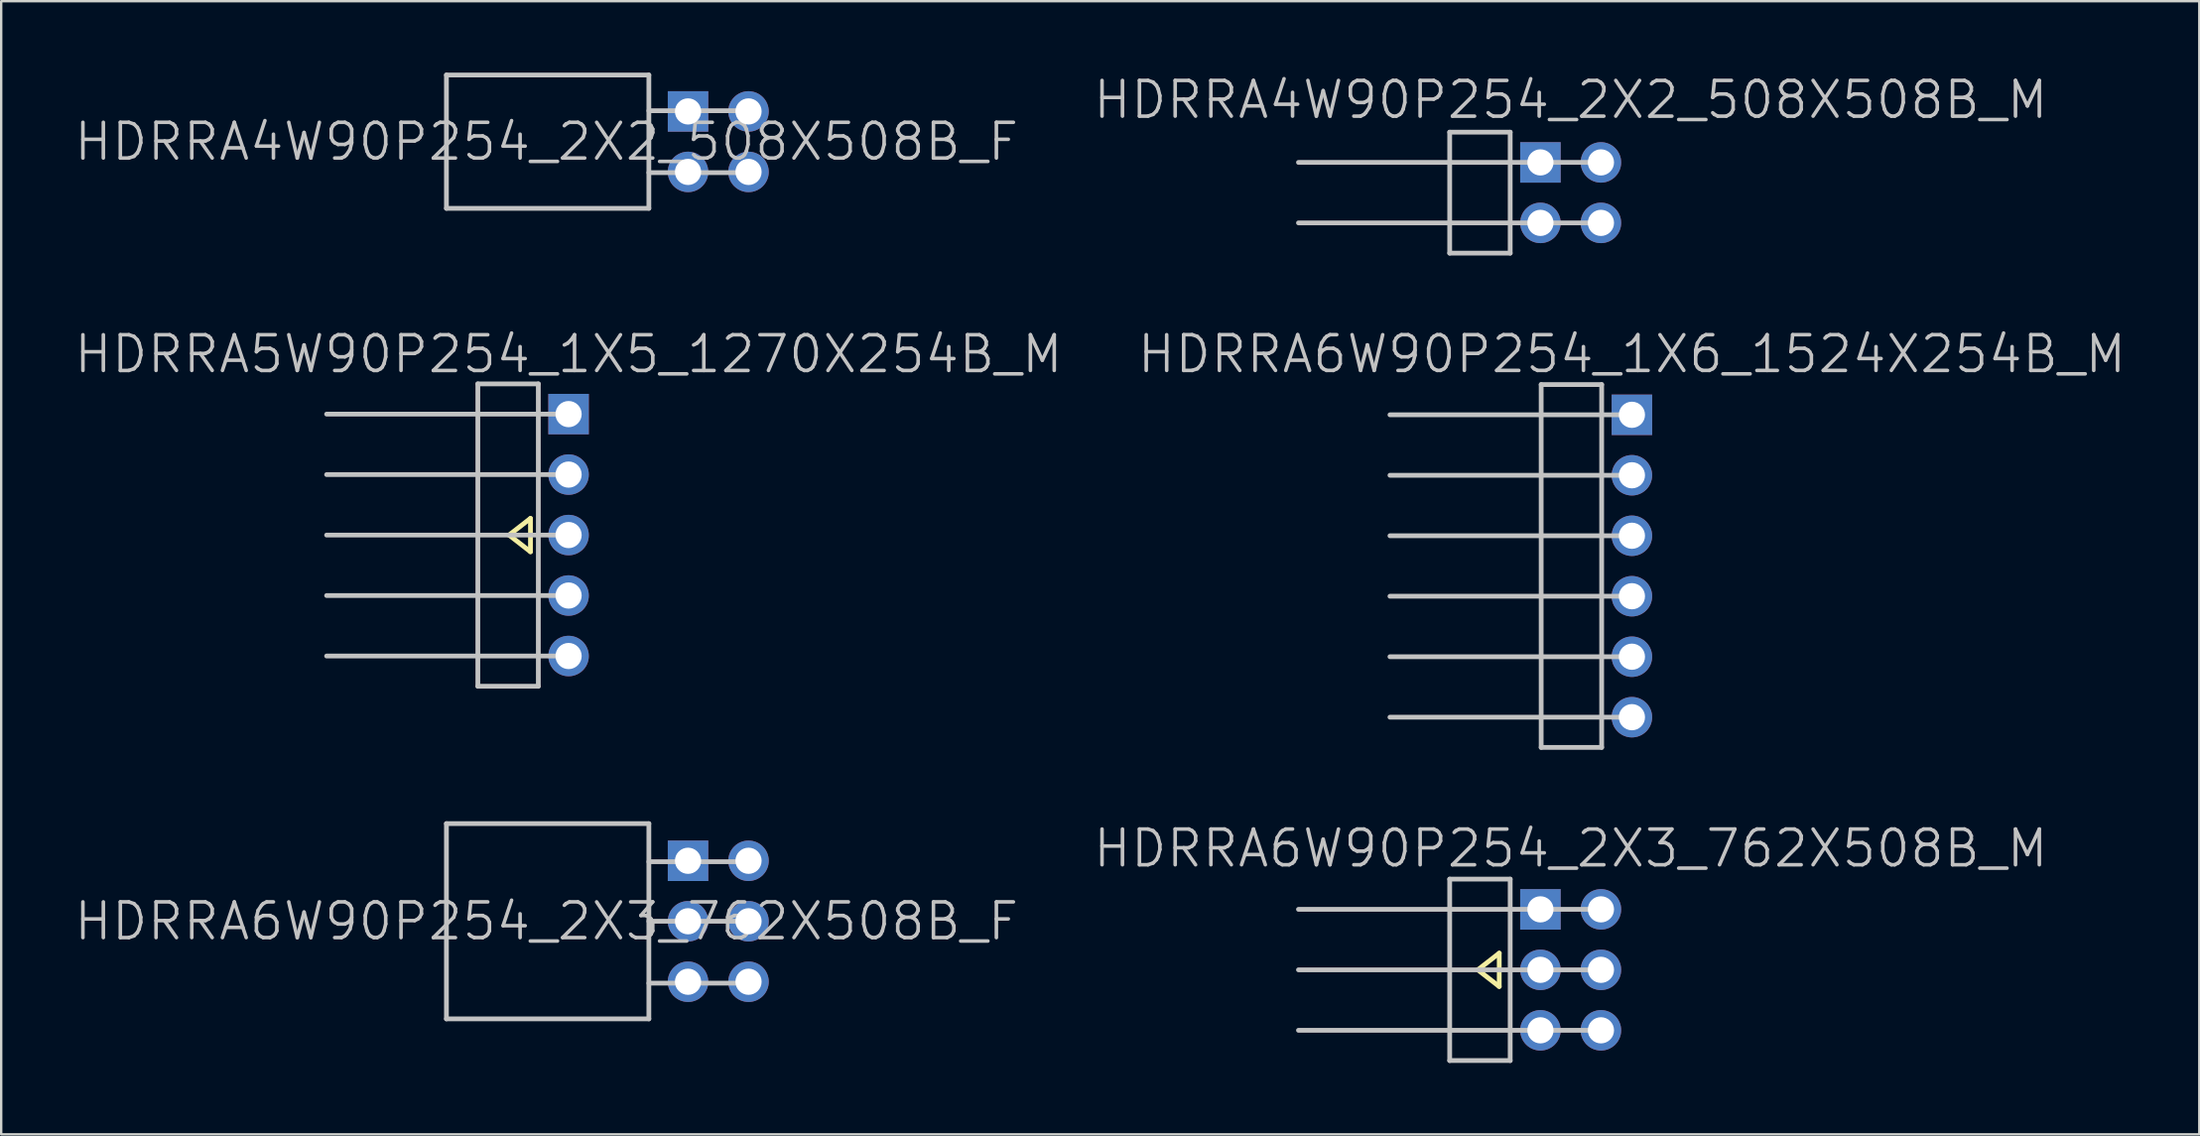
<source format=kicad_pcb>
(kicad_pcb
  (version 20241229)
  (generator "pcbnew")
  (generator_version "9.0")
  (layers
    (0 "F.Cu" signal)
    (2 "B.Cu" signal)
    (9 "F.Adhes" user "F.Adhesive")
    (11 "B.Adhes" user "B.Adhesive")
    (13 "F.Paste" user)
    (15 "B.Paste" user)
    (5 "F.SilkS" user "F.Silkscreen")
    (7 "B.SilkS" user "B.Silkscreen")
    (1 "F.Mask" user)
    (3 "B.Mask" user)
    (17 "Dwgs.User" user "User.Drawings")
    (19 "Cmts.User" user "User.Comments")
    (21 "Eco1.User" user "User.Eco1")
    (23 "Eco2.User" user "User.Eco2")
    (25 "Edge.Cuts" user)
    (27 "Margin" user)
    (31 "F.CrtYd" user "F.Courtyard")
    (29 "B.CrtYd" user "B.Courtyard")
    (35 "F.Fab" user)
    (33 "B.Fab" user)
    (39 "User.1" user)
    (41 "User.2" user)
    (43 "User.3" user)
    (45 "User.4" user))
  (footprint "HDRRA4W90P254_2X2_508X508B_M"
    (layer "F.Cu")
    (at 62.904 5.041)
    (property "Reference" "HDRRA4W90P254_2X2_508X508B_M" (at 0 -3.9 180) (layer "Dwgs.User") (effects (font (size 1.5 1.5) (thickness 0.15))))
    (attr through_hole)
    (fp_line (start -5.08 -2.54) (end -2.54 -2.54) (stroke (width 0.2) (type solid)) (layer "Dwgs.User"))
    (fp_line (start -5.08 2.54) (end -5.08 -2.54) (stroke (width 0.2) (type solid)) (layer "Dwgs.User"))
    (fp_line (start -2.54 -2.54) (end -2.54 2.54) (stroke (width 0.2) (type solid)) (layer "Dwgs.User"))
    (fp_line (start -2.54 2.54) (end -5.08 2.54) (stroke (width 0.2) (type solid)) (layer "Dwgs.User"))
    (fp_line (start 1.27 -1.27) (end -11.43 -1.27) (stroke (width 0.2) (type solid)) (layer "Dwgs.User"))
    (fp_line (start 1.27 1.27) (end -11.43 1.27) (stroke (width 0.2) (type solid)) (layer "Dwgs.User"))
    (pad "1" thru_hole rect (at -1.27 -1.27) (size 1.7 1.7) (drill 1.1) (layers "*.Cu" "*.Mask"))
    (pad "2" thru_hole circle (at 1.27 -1.27 270) (size 1.7 1.7) (drill 1.1) (layers "*.Cu" "*.Mask"))
    (pad "3" thru_hole circle (at -1.27 1.27 270) (size 1.7 1.7) (drill 1.1) (layers "*.Cu" "*.Mask"))
    (pad "4" thru_hole circle (at 1.27 1.27 270) (size 1.7 1.7) (drill 1.1) (layers "*.Cu" "*.Mask")))
  (footprint "HDRRA6W90P254_2X3_762X508B_M"
    (layer "F.Cu")
    (at 62.904 37.682)
    (property "Reference" "HDRRA6W90P254_2X3_762X508B_M" (at 0 -5.1 180) (layer "Dwgs.User") (effects (font (size 1.5 1.5) (thickness 0.15))))
    (attr through_hole)
    (fp_line (start -3.9 0) (end -3 0.7) (stroke (width 0.2) (type solid)) (layer "F.SilkS"))
    (fp_line (start -3 -0.7) (end -3.9 0) (stroke (width 0.2) (type solid)) (layer "F.SilkS"))
    (fp_line (start -3 0) (end -3 -0.7) (stroke (width 0.2) (type solid)) (layer "F.SilkS"))
    (fp_line (start -3 0.7) (end -3 0) (stroke (width 0.2) (type solid)) (layer "F.SilkS"))
    (fp_line (start -11.43 2.54) (end 1.27 2.54) (stroke (width 0.2) (type solid)) (layer "Dwgs.User"))
    (fp_line (start -5.08 -3.81) (end -2.54 -3.81) (stroke (width 0.2) (type solid)) (layer "Dwgs.User"))
    (fp_line (start -5.08 3.81) (end -5.08 -3.81) (stroke (width 0.2) (type solid)) (layer "Dwgs.User"))
    (fp_line (start -2.54 -3.81) (end -2.54 3.81) (stroke (width 0.2) (type solid)) (layer "Dwgs.User"))
    (fp_line (start -2.54 3.81) (end -5.08 3.81) (stroke (width 0.2) (type solid)) (layer "Dwgs.User"))
    (fp_line (start 1.27 -2.54) (end -11.43 -2.54) (stroke (width 0.2) (type solid)) (layer "Dwgs.User"))
    (fp_line (start 1.27 0) (end -11.43 0) (stroke (width 0.2) (type solid)) (layer "Dwgs.User"))
    (pad "1" thru_hole rect (at -1.27 -2.54) (size 1.7 1.7) (drill 1.1) (layers "*.Cu" "*.Mask"))
    (pad "2" thru_hole circle (at 1.27 -2.54 270) (size 1.7 1.7) (drill 1.1) (layers "*.Cu" "*.Mask"))
    (pad "3" thru_hole circle (at -1.27 0 270) (size 1.7 1.7) (drill 1.1) (layers "*.Cu" "*.Mask"))
    (pad "4" thru_hole circle (at 1.27 0 270) (size 1.7 1.7) (drill 1.1) (layers "*.Cu" "*.Mask"))
    (pad "5" thru_hole circle (at -1.27 2.54 270) (size 1.7 1.7) (drill 1.1) (layers "*.Cu" "*.Mask"))
    (pad "6" thru_hole circle (at 1.27 2.54 270) (size 1.7 1.7) (drill 1.1) (layers "*.Cu" "*.Mask")))
  (footprint "HDRRA5W90P254_1X5_1270X254B_M"
    (layer "F.Cu")
    (at 20.825 19.422)
    (property "Reference" "HDRRA5W90P254_1X5_1270X254B_M" (at 0 -7.6 180) (layer "Dwgs.User") (effects (font (size 1.5 1.5) (thickness 0.15))))
    (attr through_hole)
    (fp_line (start -2.5 0) (end -1.6 0.7) (stroke (width 0.2) (type solid)) (layer "F.SilkS"))
    (fp_line (start -1.6 -0.7) (end -2.5 0) (stroke (width 0.2) (type solid)) (layer "F.SilkS"))
    (fp_line (start -1.6 0) (end -1.6 -0.7) (stroke (width 0.2) (type solid)) (layer "F.SilkS"))
    (fp_line (start -1.6 0.7) (end -1.6 0) (stroke (width 0.2) (type solid)) (layer "F.SilkS"))
    (fp_line (start -10.16 0) (end 0 0) (stroke (width 0.2) (type solid)) (layer "Dwgs.User"))
    (fp_line (start -3.81 -6.35) (end -1.27 -6.35) (stroke (width 0.2) (type solid)) (layer "Dwgs.User"))
    (fp_line (start -3.81 6.35) (end -3.81 -6.35) (stroke (width 0.2) (type solid)) (layer "Dwgs.User"))
    (fp_line (start -1.27 -6.35) (end -1.27 6.35) (stroke (width 0.2) (type solid)) (layer "Dwgs.User"))
    (fp_line (start -1.27 6.35) (end -3.81 6.35) (stroke (width 0.2) (type solid)) (layer "Dwgs.User"))
    (fp_line (start 0 -5.08) (end -10.16 -5.08) (stroke (width 0.2) (type solid)) (layer "Dwgs.User"))
    (fp_line (start 0 -2.54) (end -10.16 -2.54) (stroke (width 0.2) (type solid)) (layer "Dwgs.User"))
    (fp_line (start 0 2.54) (end -10.16 2.54) (stroke (width 0.2) (type solid)) (layer "Dwgs.User"))
    (fp_line (start 0 5.08) (end -10.16 5.08) (stroke (width 0.2) (type solid)) (layer "Dwgs.User"))
    (pad "1" thru_hole rect (at 0 -5.08) (size 1.7 1.7) (drill 1.1) (layers "*.Cu" "*.Mask"))
    (pad "2" thru_hole circle (at 0 -2.54 270) (size 1.7 1.7) (drill 1.1) (layers "*.Cu" "*.Mask"))
    (pad "3" thru_hole circle (at 0 0 270) (size 1.7 1.7) (drill 1.1) (layers "*.Cu" "*.Mask"))
    (pad "4" thru_hole circle (at 0 2.54 270) (size 1.7 1.7) (drill 1.1) (layers "*.Cu" "*.Mask"))
    (pad "5" thru_hole circle (at 0 5.08 270) (size 1.7 1.7) (drill 1.1) (layers "*.Cu" "*.Mask")))
  (footprint "HDRRA4W90P254_2X2_508X508B_F"
    (layer "F.Cu")
    (at 22.196 2.9)
    (property "Reference" "HDRRA4W90P254_2X2_508X508B_F" (at -2.3 0 180) (layer "Dwgs.User") (effects (font (size 1.5 1.5) (thickness 0.15))))
    (attr through_hole)
    (fp_line (start -6.5 -2.8) (end -6.5 2.8) (stroke (width 0.2) (type solid)) (layer "Dwgs.User"))
    (fp_line (start 2 -2.8) (end -6.5 -2.8) (stroke (width 0.2) (type solid)) (layer "Dwgs.User"))
    (fp_line (start 2 -2.8) (end 2 2.8) (stroke (width 0.2) (type solid)) (layer "Dwgs.User"))
    (fp_line (start 2 2.8) (end -6.5 2.8) (stroke (width 0.2) (type solid)) (layer "Dwgs.User"))
    (fp_line (start 6.2 -1.3) (end 2 -1.3) (stroke (width 0.2) (type solid)) (layer "Dwgs.User"))
    (fp_line (start 6.2 1.3) (end 2 1.3) (stroke (width 0.2) (type solid)) (layer "Dwgs.User"))
    (pad "1" thru_hole rect (at 3.645 -1.27) (size 1.7 1.7) (drill 1.1) (layers "*.Cu" "*.Mask"))
    (pad "2" thru_hole circle (at 6.185 -1.27 270) (size 1.7 1.7) (drill 1.1) (layers "*.Cu" "*.Mask"))
    (pad "3" thru_hole circle (at 3.645 1.27 270) (size 1.7 1.7) (drill 1.1) (layers "*.Cu" "*.Mask"))
    (pad "4" thru_hole circle (at 6.185 1.27 270) (size 1.7 1.7) (drill 1.1) (layers "*.Cu" "*.Mask")))
  (footprint "HDRRA6W90P254_1X6_1524X254B_M"
    (layer "F.Cu")
    (at 65.475 20.721)
    (property "Reference" "HDRRA6W90P254_1X6_1524X254B_M" (at 0 -8.9 180) (layer "Dwgs.User") (effects (font (size 1.5 1.5) (thickness 0.15))))
    (attr through_hole)
    (fp_line (start -10.16 -1.27) (end 0 -1.27) (stroke (width 0.2) (type solid)) (layer "Dwgs.User"))
    (fp_line (start -3.81 -7.62) (end -1.27 -7.62) (stroke (width 0.2) (type solid)) (layer "Dwgs.User"))
    (fp_line (start -3.81 7.62) (end -3.81 -7.62) (stroke (width 0.2) (type solid)) (layer "Dwgs.User"))
    (fp_line (start -1.27 -7.62) (end -1.27 7.62) (stroke (width 0.2) (type solid)) (layer "Dwgs.User"))
    (fp_line (start -1.27 7.62) (end -3.81 7.62) (stroke (width 0.2) (type solid)) (layer "Dwgs.User"))
    (fp_line (start 0 -6.35) (end -10.16 -6.35) (stroke (width 0.2) (type solid)) (layer "Dwgs.User"))
    (fp_line (start 0 -3.81) (end -10.16 -3.81) (stroke (width 0.2) (type solid)) (layer "Dwgs.User"))
    (fp_line (start 0 1.27) (end -10.16 1.27) (stroke (width 0.2) (type solid)) (layer "Dwgs.User"))
    (fp_line (start 0 3.81) (end -10.16 3.81) (stroke (width 0.2) (type solid)) (layer "Dwgs.User"))
    (fp_line (start 0 6.35) (end -10.16 6.35) (stroke (width 0.2) (type solid)) (layer "Dwgs.User"))
    (pad "1" thru_hole rect (at 0 -6.35) (size 1.7 1.7) (drill 1.1) (layers "*.Cu" "*.Mask"))
    (pad "2" thru_hole circle (at 0 -3.81 270) (size 1.7 1.7) (drill 1.1) (layers "*.Cu" "*.Mask"))
    (pad "3" thru_hole circle (at 0 -1.27 270) (size 1.7 1.7) (drill 1.1) (layers "*.Cu" "*.Mask"))
    (pad "4" thru_hole circle (at 0 1.27 270) (size 1.7 1.7) (drill 1.1) (layers "*.Cu" "*.Mask"))
    (pad "5" thru_hole circle (at 0 3.81 270) (size 1.7 1.7) (drill 1.1) (layers "*.Cu" "*.Mask"))
    (pad "6" thru_hole circle (at 0 6.35 270) (size 1.7 1.7) (drill 1.1) (layers "*.Cu" "*.Mask")))
  (footprint "HDRRA6W90P254_2X3_762X508B_F"
    (layer "F.Cu")
    (at 22.196 35.642)
    (property "Reference" "HDRRA6W90P254_2X3_762X508B_F" (at -2.3 0 180) (layer "Dwgs.User") (effects (font (size 1.5 1.5) (thickness 0.15))))
    (attr through_hole)
    (fp_line (start -6.5 -4.1) (end -6.5 4.1) (stroke (width 0.2) (type solid)) (layer "Dwgs.User"))
    (fp_line (start 2 -4.1) (end -6.5 -4.1) (stroke (width 0.2) (type solid)) (layer "Dwgs.User"))
    (fp_line (start 2 -4.1) (end 2 4.1) (stroke (width 0.2) (type solid)) (layer "Dwgs.User"))
    (fp_line (start 2 4.1) (end -6.5 4.1) (stroke (width 0.2) (type solid)) (layer "Dwgs.User"))
    (fp_line (start 6.2 -2.5) (end 2 -2.5) (stroke (width 0.2) (type solid)) (layer "Dwgs.User"))
    (fp_line (start 6.2 0) (end 2 0) (stroke (width 0.2) (type solid)) (layer "Dwgs.User"))
    (fp_line (start 6.2 2.6) (end 2 2.6) (stroke (width 0.2) (type solid)) (layer "Dwgs.User"))
    (pad "1" thru_hole rect (at 3.645 -2.54) (size 1.7 1.7) (drill 1.1) (layers "*.Cu" "*.Mask"))
    (pad "2" thru_hole circle (at 6.185 -2.54 270) (size 1.7 1.7) (drill 1.1) (layers "*.Cu" "*.Mask"))
    (pad "3" thru_hole circle (at 3.645 0 270) (size 1.7 1.7) (drill 1.1) (layers "*.Cu" "*.Mask"))
    (pad "4" thru_hole circle (at 6.185 0 270) (size 1.7 1.7) (drill 1.1) (layers "*.Cu" "*.Mask"))
    (pad "5" thru_hole circle (at 3.645 2.54 270) (size 1.7 1.7) (drill 1.1) (layers "*.Cu" "*.Mask"))
    (pad "6" thru_hole circle (at 6.185 2.54 270) (size 1.7 1.7) (drill 1.1) (layers "*.Cu" "*.Mask")))
  (gr_rect
    (start -3 -3)
    (end 89.3 44.592)
    (stroke (width 0.1) (type default))
    (fill no)
    (layer "Edge.Cuts")))
</source>
